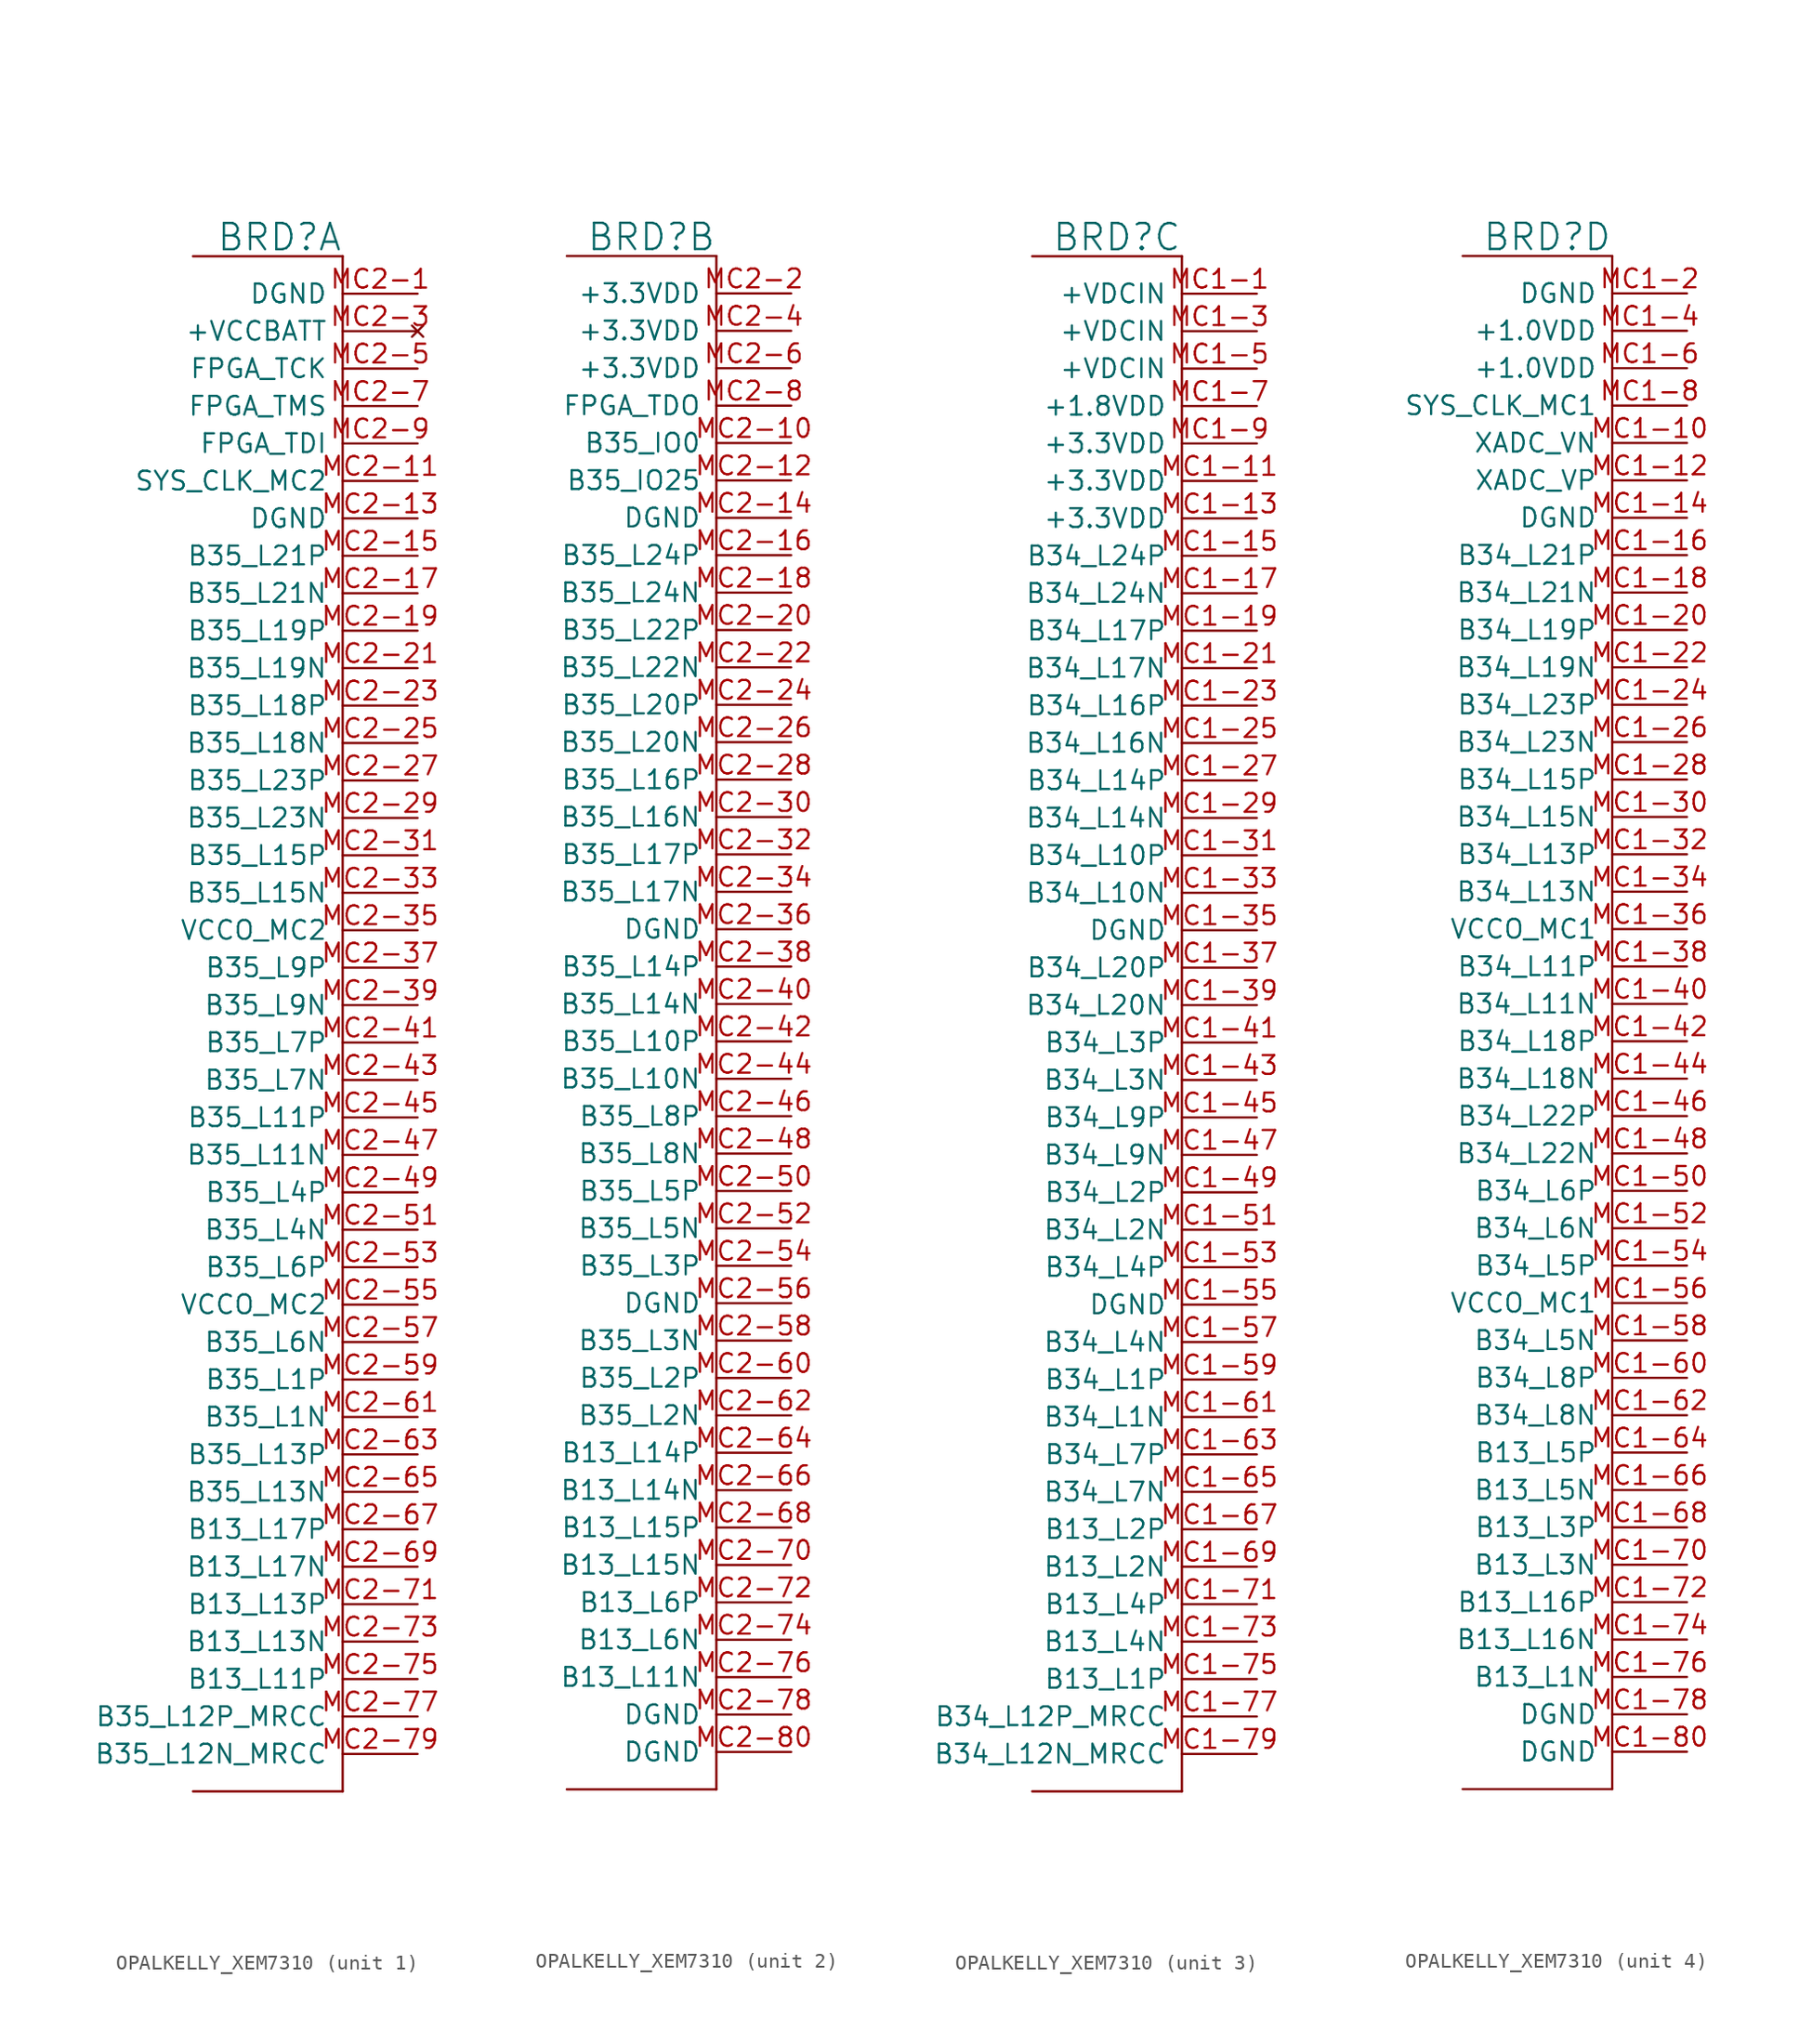
<source format=kicad_sym>
(kicad_symbol_lib
  (version 20211014)
  (generator kicad_symbol_editor)
  (symbol "OPALKELLY_XEM7310"
    (pin_names
      (offset 1.016))
    (property "Reference" "BRD"
      (at 5.08 51.054 0)
      (effects (font (size 1.778 1.778)) (justify right bottom)))
    (property "ki_locked" ""
      (at 0 0 0)
      (effects (font (size 1.27 1.27))))
    (symbol "OPALKELLY_XEM7310_1_0"
      (polyline (pts (xy -5.08 50.8) (xy 5.08 50.8)) (stroke (width 0) (type default) (color 0 0 0 0)) (fill (type none)))
      (polyline (pts (xy 5.08 -53.34) (xy -5.08 -53.34)) (stroke (width 0) (type default) (color 0 0 0 0)) (fill (type none)))
      (polyline (pts (xy 5.08 50.8) (xy 5.08 -53.34)) (stroke (width 0) (type default) (color 0 0 0 0)) (fill (type none)))
      (pin power_in line (at 10.16 48.26 180) (length 5.08) (name "DGND" (effects (font (size 1.27 1.27)))) (number "MC2-1" (effects (font (size 1.27 1.27)))))
      (pin output line (at 10.16 35.56 180) (length 5.08) (name "SYS_CLK_MC2" (effects (font (size 1.27 1.27)))) (number "MC2-11" (effects (font (size 1.27 1.27)))))
      (pin power_in line (at 10.16 33.02 180) (length 5.08) (name "DGND" (effects (font (size 1.27 1.27)))) (number "MC2-13" (effects (font (size 1.27 1.27)))))
      (pin bidirectional line (at 10.16 30.48 180) (length 5.08) (name "B35_L21P" (effects (font (size 1.27 1.27)))) (number "MC2-15" (effects (font (size 1.27 1.27)))))
      (pin bidirectional line (at 10.16 27.94 180) (length 5.08) (name "B35_L21N" (effects (font (size 1.27 1.27)))) (number "MC2-17" (effects (font (size 1.27 1.27)))))
      (pin bidirectional line (at 10.16 25.4 180) (length 5.08) (name "B35_L19P" (effects (font (size 1.27 1.27)))) (number "MC2-19" (effects (font (size 1.27 1.27)))))
      (pin bidirectional line (at 10.16 22.86 180) (length 5.08) (name "B35_L19N" (effects (font (size 1.27 1.27)))) (number "MC2-21" (effects (font (size 1.27 1.27)))))
      (pin bidirectional line (at 10.16 20.32 180) (length 5.08) (name "B35_L18P" (effects (font (size 1.27 1.27)))) (number "MC2-23" (effects (font (size 1.27 1.27)))))
      (pin bidirectional line (at 10.16 17.78 180) (length 5.08) (name "B35_L18N" (effects (font (size 1.27 1.27)))) (number "MC2-25" (effects (font (size 1.27 1.27)))))
      (pin bidirectional line (at 10.16 15.24 180) (length 5.08) (name "B35_L23P" (effects (font (size 1.27 1.27)))) (number "MC2-27" (effects (font (size 1.27 1.27)))))
      (pin bidirectional line (at 10.16 12.7 180) (length 5.08) (name "B35_L23N" (effects (font (size 1.27 1.27)))) (number "MC2-29" (effects (font (size 1.27 1.27)))))
      (pin no_connect line (at 10.16 45.72 180) (length 5.08) (name "+VCCBATT" (effects (font (size 1.27 1.27)))) (number "MC2-3" (effects (font (size 1.27 1.27)))))
      (pin bidirectional line (at 10.16 10.16 180) (length 5.08) (name "B35_L15P" (effects (font (size 1.27 1.27)))) (number "MC2-31" (effects (font (size 1.27 1.27)))))
      (pin bidirectional line (at 10.16 7.62 180) (length 5.08) (name "B35_L15N" (effects (font (size 1.27 1.27)))) (number "MC2-33" (effects (font (size 1.27 1.27)))))
      (pin power_in line (at 10.16 5.08 180) (length 5.08) (name "VCCO_MC2" (effects (font (size 1.27 1.27)))) (number "MC2-35" (effects (font (size 1.27 1.27)))))
      (pin bidirectional line (at 10.16 2.54 180) (length 5.08) (name "B35_L9P" (effects (font (size 1.27 1.27)))) (number "MC2-37" (effects (font (size 1.27 1.27)))))
      (pin bidirectional line (at 10.16 0 180) (length 5.08) (name "B35_L9N" (effects (font (size 1.27 1.27)))) (number "MC2-39" (effects (font (size 1.27 1.27)))))
      (pin bidirectional line (at 10.16 -2.54 180) (length 5.08) (name "B35_L7P" (effects (font (size 1.27 1.27)))) (number "MC2-41" (effects (font (size 1.27 1.27)))))
      (pin bidirectional line (at 10.16 -5.08 180) (length 5.08) (name "B35_L7N" (effects (font (size 1.27 1.27)))) (number "MC2-43" (effects (font (size 1.27 1.27)))))
      (pin bidirectional line (at 10.16 -7.62 180) (length 5.08) (name "B35_L11P" (effects (font (size 1.27 1.27)))) (number "MC2-45" (effects (font (size 1.27 1.27)))))
      (pin bidirectional line (at 10.16 -10.16 180) (length 5.08) (name "B35_L11N" (effects (font (size 1.27 1.27)))) (number "MC2-47" (effects (font (size 1.27 1.27)))))
      (pin bidirectional line (at 10.16 -12.7 180) (length 5.08) (name "B35_L4P" (effects (font (size 1.27 1.27)))) (number "MC2-49" (effects (font (size 1.27 1.27)))))
      (pin bidirectional line (at 10.16 43.18 180) (length 5.08) (name "FPGA_TCK" (effects (font (size 1.27 1.27)))) (number "MC2-5" (effects (font (size 1.27 1.27)))))
      (pin bidirectional line (at 10.16 -15.24 180) (length 5.08) (name "B35_L4N" (effects (font (size 1.27 1.27)))) (number "MC2-51" (effects (font (size 1.27 1.27)))))
      (pin bidirectional line (at 10.16 -17.78 180) (length 5.08) (name "B35_L6P" (effects (font (size 1.27 1.27)))) (number "MC2-53" (effects (font (size 1.27 1.27)))))
      (pin power_in line (at 10.16 -20.32 180) (length 5.08) (name "VCCO_MC2" (effects (font (size 1.27 1.27)))) (number "MC2-55" (effects (font (size 1.27 1.27)))))
      (pin bidirectional line (at 10.16 -22.86 180) (length 5.08) (name "B35_L6N" (effects (font (size 1.27 1.27)))) (number "MC2-57" (effects (font (size 1.27 1.27)))))
      (pin bidirectional line (at 10.16 -25.4 180) (length 5.08) (name "B35_L1P" (effects (font (size 1.27 1.27)))) (number "MC2-59" (effects (font (size 1.27 1.27)))))
      (pin bidirectional line (at 10.16 -27.94 180) (length 5.08) (name "B35_L1N" (effects (font (size 1.27 1.27)))) (number "MC2-61" (effects (font (size 1.27 1.27)))))
      (pin bidirectional line (at 10.16 -30.48 180) (length 5.08) (name "B35_L13P" (effects (font (size 1.27 1.27)))) (number "MC2-63" (effects (font (size 1.27 1.27)))))
      (pin bidirectional line (at 10.16 -33.02 180) (length 5.08) (name "B35_L13N" (effects (font (size 1.27 1.27)))) (number "MC2-65" (effects (font (size 1.27 1.27)))))
      (pin bidirectional line (at 10.16 -35.56 180) (length 5.08) (name "B13_L17P" (effects (font (size 1.27 1.27)))) (number "MC2-67" (effects (font (size 1.27 1.27)))))
      (pin bidirectional line (at 10.16 -38.1 180) (length 5.08) (name "B13_L17N" (effects (font (size 1.27 1.27)))) (number "MC2-69" (effects (font (size 1.27 1.27)))))
      (pin bidirectional line (at 10.16 40.64 180) (length 5.08) (name "FPGA_TMS" (effects (font (size 1.27 1.27)))) (number "MC2-7" (effects (font (size 1.27 1.27)))))
      (pin bidirectional line (at 10.16 -40.64 180) (length 5.08) (name "B13_L13P" (effects (font (size 1.27 1.27)))) (number "MC2-71" (effects (font (size 1.27 1.27)))))
      (pin bidirectional line (at 10.16 -43.18 180) (length 5.08) (name "B13_L13N" (effects (font (size 1.27 1.27)))) (number "MC2-73" (effects (font (size 1.27 1.27)))))
      (pin bidirectional line (at 10.16 -45.72 180) (length 5.08) (name "B13_L11P" (effects (font (size 1.27 1.27)))) (number "MC2-75" (effects (font (size 1.27 1.27)))))
      (pin bidirectional line (at 10.16 -48.26 180) (length 5.08) (name "B35_L12P_MRCC" (effects (font (size 1.27 1.27)))) (number "MC2-77" (effects (font (size 1.27 1.27)))))
      (pin bidirectional line (at 10.16 -50.8 180) (length 5.08) (name "B35_L12N_MRCC" (effects (font (size 1.27 1.27)))) (number "MC2-79" (effects (font (size 1.27 1.27)))))
      (pin bidirectional line (at 10.16 38.1 180) (length 5.08) (name "FPGA_TDI" (effects (font (size 1.27 1.27)))) (number "MC2-9" (effects (font (size 1.27 1.27))))))
    (symbol "OPALKELLY_XEM7310_2_0"
      (polyline (pts (xy -5.08 50.8) (xy 5.08 50.8)) (stroke (width 0) (type default) (color 0 0 0 0)) (fill (type none)))
      (polyline (pts (xy 5.08 -53.34) (xy -5.08 -53.34)) (stroke (width 0) (type default) (color 0 0 0 0)) (fill (type none)))
      (polyline (pts (xy 5.08 50.8) (xy 5.08 -53.34)) (stroke (width 0) (type default) (color 0 0 0 0)) (fill (type none)))
      (pin bidirectional line (at 10.16 38.1 180) (length 5.08) (name "B35_IO0" (effects (font (size 1.27 1.27)))) (number "MC2-10" (effects (font (size 1.27 1.27)))))
      (pin bidirectional line (at 10.16 35.56 180) (length 5.08) (name "B35_IO25" (effects (font (size 1.27 1.27)))) (number "MC2-12" (effects (font (size 1.27 1.27)))))
      (pin power_in line (at 10.16 33.02 180) (length 5.08) (name "DGND" (effects (font (size 1.27 1.27)))) (number "MC2-14" (effects (font (size 1.27 1.27)))))
      (pin bidirectional line (at 10.16 30.48 180) (length 5.08) (name "B35_L24P" (effects (font (size 1.27 1.27)))) (number "MC2-16" (effects (font (size 1.27 1.27)))))
      (pin bidirectional line (at 10.16 27.94 180) (length 5.08) (name "B35_L24N" (effects (font (size 1.27 1.27)))) (number "MC2-18" (effects (font (size 1.27 1.27)))))
      (pin power_in line (at 10.16 48.26 180) (length 5.08) (name "+3.3VDD" (effects (font (size 1.27 1.27)))) (number "MC2-2" (effects (font (size 1.27 1.27)))))
      (pin bidirectional line (at 10.16 25.4 180) (length 5.08) (name "B35_L22P" (effects (font (size 1.27 1.27)))) (number "MC2-20" (effects (font (size 1.27 1.27)))))
      (pin bidirectional line (at 10.16 22.86 180) (length 5.08) (name "B35_L22N" (effects (font (size 1.27 1.27)))) (number "MC2-22" (effects (font (size 1.27 1.27)))))
      (pin bidirectional line (at 10.16 20.32 180) (length 5.08) (name "B35_L20P" (effects (font (size 1.27 1.27)))) (number "MC2-24" (effects (font (size 1.27 1.27)))))
      (pin bidirectional line (at 10.16 17.78 180) (length 5.08) (name "B35_L20N" (effects (font (size 1.27 1.27)))) (number "MC2-26" (effects (font (size 1.27 1.27)))))
      (pin bidirectional line (at 10.16 15.24 180) (length 5.08) (name "B35_L16P" (effects (font (size 1.27 1.27)))) (number "MC2-28" (effects (font (size 1.27 1.27)))))
      (pin bidirectional line (at 10.16 12.7 180) (length 5.08) (name "B35_L16N" (effects (font (size 1.27 1.27)))) (number "MC2-30" (effects (font (size 1.27 1.27)))))
      (pin bidirectional line (at 10.16 10.16 180) (length 5.08) (name "B35_L17P" (effects (font (size 1.27 1.27)))) (number "MC2-32" (effects (font (size 1.27 1.27)))))
      (pin bidirectional line (at 10.16 7.62 180) (length 5.08) (name "B35_L17N" (effects (font (size 1.27 1.27)))) (number "MC2-34" (effects (font (size 1.27 1.27)))))
      (pin power_in line (at 10.16 5.08 180) (length 5.08) (name "DGND" (effects (font (size 1.27 1.27)))) (number "MC2-36" (effects (font (size 1.27 1.27)))))
      (pin bidirectional line (at 10.16 2.54 180) (length 5.08) (name "B35_L14P" (effects (font (size 1.27 1.27)))) (number "MC2-38" (effects (font (size 1.27 1.27)))))
      (pin power_in line (at 10.16 45.72 180) (length 5.08) (name "+3.3VDD" (effects (font (size 1.27 1.27)))) (number "MC2-4" (effects (font (size 1.27 1.27)))))
      (pin bidirectional line (at 10.16 0 180) (length 5.08) (name "B35_L14N" (effects (font (size 1.27 1.27)))) (number "MC2-40" (effects (font (size 1.27 1.27)))))
      (pin bidirectional line (at 10.16 -2.54 180) (length 5.08) (name "B35_L10P" (effects (font (size 1.27 1.27)))) (number "MC2-42" (effects (font (size 1.27 1.27)))))
      (pin bidirectional line (at 10.16 -5.08 180) (length 5.08) (name "B35_L10N" (effects (font (size 1.27 1.27)))) (number "MC2-44" (effects (font (size 1.27 1.27)))))
      (pin bidirectional line (at 10.16 -7.62 180) (length 5.08) (name "B35_L8P" (effects (font (size 1.27 1.27)))) (number "MC2-46" (effects (font (size 1.27 1.27)))))
      (pin bidirectional line (at 10.16 -10.16 180) (length 5.08) (name "B35_L8N" (effects (font (size 1.27 1.27)))) (number "MC2-48" (effects (font (size 1.27 1.27)))))
      (pin bidirectional line (at 10.16 -12.7 180) (length 5.08) (name "B35_L5P" (effects (font (size 1.27 1.27)))) (number "MC2-50" (effects (font (size 1.27 1.27)))))
      (pin bidirectional line (at 10.16 -15.24 180) (length 5.08) (name "B35_L5N" (effects (font (size 1.27 1.27)))) (number "MC2-52" (effects (font (size 1.27 1.27)))))
      (pin bidirectional line (at 10.16 -17.78 180) (length 5.08) (name "B35_L3P" (effects (font (size 1.27 1.27)))) (number "MC2-54" (effects (font (size 1.27 1.27)))))
      (pin power_in line (at 10.16 -20.32 180) (length 5.08) (name "DGND" (effects (font (size 1.27 1.27)))) (number "MC2-56" (effects (font (size 1.27 1.27)))))
      (pin bidirectional line (at 10.16 -22.86 180) (length 5.08) (name "B35_L3N" (effects (font (size 1.27 1.27)))) (number "MC2-58" (effects (font (size 1.27 1.27)))))
      (pin power_in line (at 10.16 43.18 180) (length 5.08) (name "+3.3VDD" (effects (font (size 1.27 1.27)))) (number "MC2-6" (effects (font (size 1.27 1.27)))))
      (pin bidirectional line (at 10.16 -25.4 180) (length 5.08) (name "B35_L2P" (effects (font (size 1.27 1.27)))) (number "MC2-60" (effects (font (size 1.27 1.27)))))
      (pin bidirectional line (at 10.16 -27.94 180) (length 5.08) (name "B35_L2N" (effects (font (size 1.27 1.27)))) (number "MC2-62" (effects (font (size 1.27 1.27)))))
      (pin bidirectional line (at 10.16 -30.48 180) (length 5.08) (name "B13_L14P" (effects (font (size 1.27 1.27)))) (number "MC2-64" (effects (font (size 1.27 1.27)))))
      (pin bidirectional line (at 10.16 -33.02 180) (length 5.08) (name "B13_L14N" (effects (font (size 1.27 1.27)))) (number "MC2-66" (effects (font (size 1.27 1.27)))))
      (pin bidirectional line (at 10.16 -35.56 180) (length 5.08) (name "B13_L15P" (effects (font (size 1.27 1.27)))) (number "MC2-68" (effects (font (size 1.27 1.27)))))
      (pin bidirectional line (at 10.16 -38.1 180) (length 5.08) (name "B13_L15N" (effects (font (size 1.27 1.27)))) (number "MC2-70" (effects (font (size 1.27 1.27)))))
      (pin bidirectional line (at 10.16 -40.64 180) (length 5.08) (name "B13_L6P" (effects (font (size 1.27 1.27)))) (number "MC2-72" (effects (font (size 1.27 1.27)))))
      (pin bidirectional line (at 10.16 -43.18 180) (length 5.08) (name "B13_L6N" (effects (font (size 1.27 1.27)))) (number "MC2-74" (effects (font (size 1.27 1.27)))))
      (pin bidirectional line (at 10.16 -45.72 180) (length 5.08) (name "B13_L11N" (effects (font (size 1.27 1.27)))) (number "MC2-76" (effects (font (size 1.27 1.27)))))
      (pin power_in line (at 10.16 -48.26 180) (length 5.08) (name "DGND" (effects (font (size 1.27 1.27)))) (number "MC2-78" (effects (font (size 1.27 1.27)))))
      (pin bidirectional line (at 10.16 40.64 180) (length 5.08) (name "FPGA_TDO" (effects (font (size 1.27 1.27)))) (number "MC2-8" (effects (font (size 1.27 1.27)))))
      (pin power_in line (at 10.16 -50.8 180) (length 5.08) (name "DGND" (effects (font (size 1.27 1.27)))) (number "MC2-80" (effects (font (size 1.27 1.27))))))
    (symbol "OPALKELLY_XEM7310_3_0"
      (polyline (pts (xy -5.08 50.8) (xy 5.08 50.8)) (stroke (width 0) (type default) (color 0 0 0 0)) (fill (type none)))
      (polyline (pts (xy 5.08 -53.34) (xy -5.08 -53.34)) (stroke (width 0) (type default) (color 0 0 0 0)) (fill (type none)))
      (polyline (pts (xy 5.08 50.8) (xy 5.08 -53.34)) (stroke (width 0) (type default) (color 0 0 0 0)) (fill (type none)))
      (pin power_in line (at 10.16 48.26 180) (length 5.08) (name "+VDCIN" (effects (font (size 1.27 1.27)))) (number "MC1-1" (effects (font (size 1.27 1.27)))))
      (pin power_in line (at 10.16 35.56 180) (length 5.08) (name "+3.3VDD" (effects (font (size 1.27 1.27)))) (number "MC1-11" (effects (font (size 1.27 1.27)))))
      (pin power_in line (at 10.16 33.02 180) (length 5.08) (name "+3.3VDD" (effects (font (size 1.27 1.27)))) (number "MC1-13" (effects (font (size 1.27 1.27)))))
      (pin bidirectional line (at 10.16 30.48 180) (length 5.08) (name "B34_L24P" (effects (font (size 1.27 1.27)))) (number "MC1-15" (effects (font (size 1.27 1.27)))))
      (pin bidirectional line (at 10.16 27.94 180) (length 5.08) (name "B34_L24N" (effects (font (size 1.27 1.27)))) (number "MC1-17" (effects (font (size 1.27 1.27)))))
      (pin bidirectional line (at 10.16 25.4 180) (length 5.08) (name "B34_L17P" (effects (font (size 1.27 1.27)))) (number "MC1-19" (effects (font (size 1.27 1.27)))))
      (pin bidirectional line (at 10.16 22.86 180) (length 5.08) (name "B34_L17N" (effects (font (size 1.27 1.27)))) (number "MC1-21" (effects (font (size 1.27 1.27)))))
      (pin bidirectional line (at 10.16 20.32 180) (length 5.08) (name "B34_L16P" (effects (font (size 1.27 1.27)))) (number "MC1-23" (effects (font (size 1.27 1.27)))))
      (pin bidirectional line (at 10.16 17.78 180) (length 5.08) (name "B34_L16N" (effects (font (size 1.27 1.27)))) (number "MC1-25" (effects (font (size 1.27 1.27)))))
      (pin bidirectional line (at 10.16 15.24 180) (length 5.08) (name "B34_L14P" (effects (font (size 1.27 1.27)))) (number "MC1-27" (effects (font (size 1.27 1.27)))))
      (pin bidirectional line (at 10.16 12.7 180) (length 5.08) (name "B34_L14N" (effects (font (size 1.27 1.27)))) (number "MC1-29" (effects (font (size 1.27 1.27)))))
      (pin power_in line (at 10.16 45.72 180) (length 5.08) (name "+VDCIN" (effects (font (size 1.27 1.27)))) (number "MC1-3" (effects (font (size 1.27 1.27)))))
      (pin bidirectional line (at 10.16 10.16 180) (length 5.08) (name "B34_L10P" (effects (font (size 1.27 1.27)))) (number "MC1-31" (effects (font (size 1.27 1.27)))))
      (pin bidirectional line (at 10.16 7.62 180) (length 5.08) (name "B34_L10N" (effects (font (size 1.27 1.27)))) (number "MC1-33" (effects (font (size 1.27 1.27)))))
      (pin power_in line (at 10.16 5.08 180) (length 5.08) (name "DGND" (effects (font (size 1.27 1.27)))) (number "MC1-35" (effects (font (size 1.27 1.27)))))
      (pin bidirectional line (at 10.16 2.54 180) (length 5.08) (name "B34_L20P" (effects (font (size 1.27 1.27)))) (number "MC1-37" (effects (font (size 1.27 1.27)))))
      (pin bidirectional line (at 10.16 0 180) (length 5.08) (name "B34_L20N" (effects (font (size 1.27 1.27)))) (number "MC1-39" (effects (font (size 1.27 1.27)))))
      (pin bidirectional line (at 10.16 -2.54 180) (length 5.08) (name "B34_L3P" (effects (font (size 1.27 1.27)))) (number "MC1-41" (effects (font (size 1.27 1.27)))))
      (pin bidirectional line (at 10.16 -5.08 180) (length 5.08) (name "B34_L3N" (effects (font (size 1.27 1.27)))) (number "MC1-43" (effects (font (size 1.27 1.27)))))
      (pin bidirectional line (at 10.16 -7.62 180) (length 5.08) (name "B34_L9P" (effects (font (size 1.27 1.27)))) (number "MC1-45" (effects (font (size 1.27 1.27)))))
      (pin bidirectional line (at 10.16 -10.16 180) (length 5.08) (name "B34_L9N" (effects (font (size 1.27 1.27)))) (number "MC1-47" (effects (font (size 1.27 1.27)))))
      (pin bidirectional line (at 10.16 -12.7 180) (length 5.08) (name "B34_L2P" (effects (font (size 1.27 1.27)))) (number "MC1-49" (effects (font (size 1.27 1.27)))))
      (pin power_in line (at 10.16 43.18 180) (length 5.08) (name "+VDCIN" (effects (font (size 1.27 1.27)))) (number "MC1-5" (effects (font (size 1.27 1.27)))))
      (pin bidirectional line (at 10.16 -15.24 180) (length 5.08) (name "B34_L2N" (effects (font (size 1.27 1.27)))) (number "MC1-51" (effects (font (size 1.27 1.27)))))
      (pin bidirectional line (at 10.16 -17.78 180) (length 5.08) (name "B34_L4P" (effects (font (size 1.27 1.27)))) (number "MC1-53" (effects (font (size 1.27 1.27)))))
      (pin power_in line (at 10.16 -20.32 180) (length 5.08) (name "DGND" (effects (font (size 1.27 1.27)))) (number "MC1-55" (effects (font (size 1.27 1.27)))))
      (pin bidirectional line (at 10.16 -22.86 180) (length 5.08) (name "B34_L4N" (effects (font (size 1.27 1.27)))) (number "MC1-57" (effects (font (size 1.27 1.27)))))
      (pin bidirectional line (at 10.16 -25.4 180) (length 5.08) (name "B34_L1P" (effects (font (size 1.27 1.27)))) (number "MC1-59" (effects (font (size 1.27 1.27)))))
      (pin bidirectional line (at 10.16 -27.94 180) (length 5.08) (name "B34_L1N" (effects (font (size 1.27 1.27)))) (number "MC1-61" (effects (font (size 1.27 1.27)))))
      (pin bidirectional line (at 10.16 -30.48 180) (length 5.08) (name "B34_L7P" (effects (font (size 1.27 1.27)))) (number "MC1-63" (effects (font (size 1.27 1.27)))))
      (pin bidirectional line (at 10.16 -33.02 180) (length 5.08) (name "B34_L7N" (effects (font (size 1.27 1.27)))) (number "MC1-65" (effects (font (size 1.27 1.27)))))
      (pin bidirectional line (at 10.16 -35.56 180) (length 5.08) (name "B13_L2P" (effects (font (size 1.27 1.27)))) (number "MC1-67" (effects (font (size 1.27 1.27)))))
      (pin bidirectional line (at 10.16 -38.1 180) (length 5.08) (name "B13_L2N" (effects (font (size 1.27 1.27)))) (number "MC1-69" (effects (font (size 1.27 1.27)))))
      (pin power_in line (at 10.16 40.64 180) (length 5.08) (name "+1.8VDD" (effects (font (size 1.27 1.27)))) (number "MC1-7" (effects (font (size 1.27 1.27)))))
      (pin bidirectional line (at 10.16 -40.64 180) (length 5.08) (name "B13_L4P" (effects (font (size 1.27 1.27)))) (number "MC1-71" (effects (font (size 1.27 1.27)))))
      (pin bidirectional line (at 10.16 -43.18 180) (length 5.08) (name "B13_L4N" (effects (font (size 1.27 1.27)))) (number "MC1-73" (effects (font (size 1.27 1.27)))))
      (pin bidirectional line (at 10.16 -45.72 180) (length 5.08) (name "B13_L1P" (effects (font (size 1.27 1.27)))) (number "MC1-75" (effects (font (size 1.27 1.27)))))
      (pin bidirectional line (at 10.16 -48.26 180) (length 5.08) (name "B34_L12P_MRCC" (effects (font (size 1.27 1.27)))) (number "MC1-77" (effects (font (size 1.27 1.27)))))
      (pin bidirectional line (at 10.16 -50.8 180) (length 5.08) (name "B34_L12N_MRCC" (effects (font (size 1.27 1.27)))) (number "MC1-79" (effects (font (size 1.27 1.27)))))
      (pin power_in line (at 10.16 38.1 180) (length 5.08) (name "+3.3VDD" (effects (font (size 1.27 1.27)))) (number "MC1-9" (effects (font (size 1.27 1.27))))))
    (symbol "OPALKELLY_XEM7310_4_0"
      (polyline (pts (xy -5.08 50.8) (xy 5.08 50.8)) (stroke (width 0) (type default) (color 0 0 0 0)) (fill (type none)))
      (polyline (pts (xy 5.08 -53.34) (xy -5.08 -53.34)) (stroke (width 0) (type default) (color 0 0 0 0)) (fill (type none)))
      (polyline (pts (xy 5.08 50.8) (xy 5.08 -53.34)) (stroke (width 0) (type default) (color 0 0 0 0)) (fill (type none)))
      (pin bidirectional line (at 10.16 38.1 180) (length 5.08) (name "XADC_VN" (effects (font (size 1.27 1.27)))) (number "MC1-10" (effects (font (size 1.27 1.27)))))
      (pin bidirectional line (at 10.16 35.56 180) (length 5.08) (name "XADC_VP" (effects (font (size 1.27 1.27)))) (number "MC1-12" (effects (font (size 1.27 1.27)))))
      (pin power_in line (at 10.16 33.02 180) (length 5.08) (name "DGND" (effects (font (size 1.27 1.27)))) (number "MC1-14" (effects (font (size 1.27 1.27)))))
      (pin bidirectional line (at 10.16 30.48 180) (length 5.08) (name "B34_L21P" (effects (font (size 1.27 1.27)))) (number "MC1-16" (effects (font (size 1.27 1.27)))))
      (pin bidirectional line (at 10.16 27.94 180) (length 5.08) (name "B34_L21N" (effects (font (size 1.27 1.27)))) (number "MC1-18" (effects (font (size 1.27 1.27)))))
      (pin power_in line (at 10.16 48.26 180) (length 5.08) (name "DGND" (effects (font (size 1.27 1.27)))) (number "MC1-2" (effects (font (size 1.27 1.27)))))
      (pin bidirectional line (at 10.16 25.4 180) (length 5.08) (name "B34_L19P" (effects (font (size 1.27 1.27)))) (number "MC1-20" (effects (font (size 1.27 1.27)))))
      (pin bidirectional line (at 10.16 22.86 180) (length 5.08) (name "B34_L19N" (effects (font (size 1.27 1.27)))) (number "MC1-22" (effects (font (size 1.27 1.27)))))
      (pin bidirectional line (at 10.16 20.32 180) (length 5.08) (name "B34_L23P" (effects (font (size 1.27 1.27)))) (number "MC1-24" (effects (font (size 1.27 1.27)))))
      (pin bidirectional line (at 10.16 17.78 180) (length 5.08) (name "B34_L23N" (effects (font (size 1.27 1.27)))) (number "MC1-26" (effects (font (size 1.27 1.27)))))
      (pin bidirectional line (at 10.16 15.24 180) (length 5.08) (name "B34_L15P" (effects (font (size 1.27 1.27)))) (number "MC1-28" (effects (font (size 1.27 1.27)))))
      (pin bidirectional line (at 10.16 12.7 180) (length 5.08) (name "B34_L15N" (effects (font (size 1.27 1.27)))) (number "MC1-30" (effects (font (size 1.27 1.27)))))
      (pin bidirectional line (at 10.16 10.16 180) (length 5.08) (name "B34_L13P" (effects (font (size 1.27 1.27)))) (number "MC1-32" (effects (font (size 1.27 1.27)))))
      (pin bidirectional line (at 10.16 7.62 180) (length 5.08) (name "B34_L13N" (effects (font (size 1.27 1.27)))) (number "MC1-34" (effects (font (size 1.27 1.27)))))
      (pin power_in line (at 10.16 5.08 180) (length 5.08) (name "VCCO_MC1" (effects (font (size 1.27 1.27)))) (number "MC1-36" (effects (font (size 1.27 1.27)))))
      (pin bidirectional line (at 10.16 2.54 180) (length 5.08) (name "B34_L11P" (effects (font (size 1.27 1.27)))) (number "MC1-38" (effects (font (size 1.27 1.27)))))
      (pin power_in line (at 10.16 45.72 180) (length 5.08) (name "+1.0VDD" (effects (font (size 1.27 1.27)))) (number "MC1-4" (effects (font (size 1.27 1.27)))))
      (pin bidirectional line (at 10.16 0 180) (length 5.08) (name "B34_L11N" (effects (font (size 1.27 1.27)))) (number "MC1-40" (effects (font (size 1.27 1.27)))))
      (pin bidirectional line (at 10.16 -2.54 180) (length 5.08) (name "B34_L18P" (effects (font (size 1.27 1.27)))) (number "MC1-42" (effects (font (size 1.27 1.27)))))
      (pin bidirectional line (at 10.16 -5.08 180) (length 5.08) (name "B34_L18N" (effects (font (size 1.27 1.27)))) (number "MC1-44" (effects (font (size 1.27 1.27)))))
      (pin bidirectional line (at 10.16 -7.62 180) (length 5.08) (name "B34_L22P" (effects (font (size 1.27 1.27)))) (number "MC1-46" (effects (font (size 1.27 1.27)))))
      (pin bidirectional line (at 10.16 -10.16 180) (length 5.08) (name "B34_L22N" (effects (font (size 1.27 1.27)))) (number "MC1-48" (effects (font (size 1.27 1.27)))))
      (pin bidirectional line (at 10.16 -12.7 180) (length 5.08) (name "B34_L6P" (effects (font (size 1.27 1.27)))) (number "MC1-50" (effects (font (size 1.27 1.27)))))
      (pin bidirectional line (at 10.16 -15.24 180) (length 5.08) (name "B34_L6N" (effects (font (size 1.27 1.27)))) (number "MC1-52" (effects (font (size 1.27 1.27)))))
      (pin bidirectional line (at 10.16 -17.78 180) (length 5.08) (name "B34_L5P" (effects (font (size 1.27 1.27)))) (number "MC1-54" (effects (font (size 1.27 1.27)))))
      (pin power_in line (at 10.16 -20.32 180) (length 5.08) (name "VCCO_MC1" (effects (font (size 1.27 1.27)))) (number "MC1-56" (effects (font (size 1.27 1.27)))))
      (pin bidirectional line (at 10.16 -22.86 180) (length 5.08) (name "B34_L5N" (effects (font (size 1.27 1.27)))) (number "MC1-58" (effects (font (size 1.27 1.27)))))
      (pin power_in line (at 10.16 43.18 180) (length 5.08) (name "+1.0VDD" (effects (font (size 1.27 1.27)))) (number "MC1-6" (effects (font (size 1.27 1.27)))))
      (pin bidirectional line (at 10.16 -25.4 180) (length 5.08) (name "B34_L8P" (effects (font (size 1.27 1.27)))) (number "MC1-60" (effects (font (size 1.27 1.27)))))
      (pin bidirectional line (at 10.16 -27.94 180) (length 5.08) (name "B34_L8N" (effects (font (size 1.27 1.27)))) (number "MC1-62" (effects (font (size 1.27 1.27)))))
      (pin bidirectional line (at 10.16 -30.48 180) (length 5.08) (name "B13_L5P" (effects (font (size 1.27 1.27)))) (number "MC1-64" (effects (font (size 1.27 1.27)))))
      (pin bidirectional line (at 10.16 -33.02 180) (length 5.08) (name "B13_L5N" (effects (font (size 1.27 1.27)))) (number "MC1-66" (effects (font (size 1.27 1.27)))))
      (pin bidirectional line (at 10.16 -35.56 180) (length 5.08) (name "B13_L3P" (effects (font (size 1.27 1.27)))) (number "MC1-68" (effects (font (size 1.27 1.27)))))
      (pin bidirectional line (at 10.16 -38.1 180) (length 5.08) (name "B13_L3N" (effects (font (size 1.27 1.27)))) (number "MC1-70" (effects (font (size 1.27 1.27)))))
      (pin bidirectional line (at 10.16 -40.64 180) (length 5.08) (name "B13_L16P" (effects (font (size 1.27 1.27)))) (number "MC1-72" (effects (font (size 1.27 1.27)))))
      (pin bidirectional line (at 10.16 -43.18 180) (length 5.08) (name "B13_L16N" (effects (font (size 1.27 1.27)))) (number "MC1-74" (effects (font (size 1.27 1.27)))))
      (pin bidirectional line (at 10.16 -45.72 180) (length 5.08) (name "B13_L1N" (effects (font (size 1.27 1.27)))) (number "MC1-76" (effects (font (size 1.27 1.27)))))
      (pin power_in line (at 10.16 -48.26 180) (length 5.08) (name "DGND" (effects (font (size 1.27 1.27)))) (number "MC1-78" (effects (font (size 1.27 1.27)))))
      (pin output line (at 10.16 40.64 180) (length 5.08) (name "SYS_CLK_MC1" (effects (font (size 1.27 1.27)))) (number "MC1-8" (effects (font (size 1.27 1.27)))))
      (pin power_in line (at 10.16 -50.8 180) (length 5.08) (name "DGND" (effects (font (size 1.27 1.27)))) (number "MC1-80" (effects (font (size 1.27 1.27))))))))
</source>
